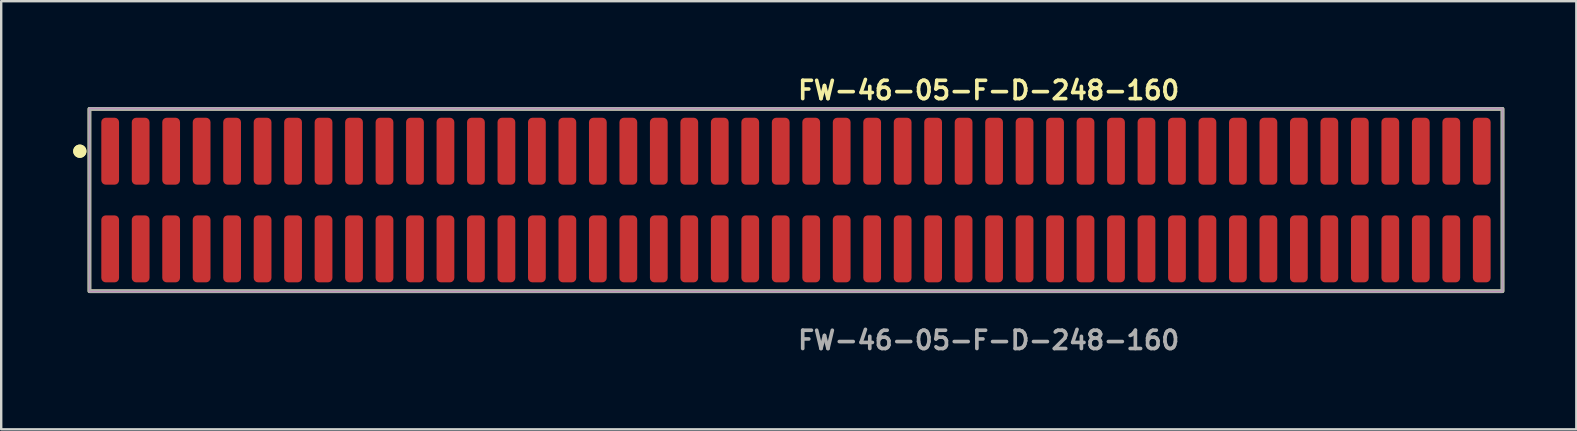
<source format=kicad_pcb>
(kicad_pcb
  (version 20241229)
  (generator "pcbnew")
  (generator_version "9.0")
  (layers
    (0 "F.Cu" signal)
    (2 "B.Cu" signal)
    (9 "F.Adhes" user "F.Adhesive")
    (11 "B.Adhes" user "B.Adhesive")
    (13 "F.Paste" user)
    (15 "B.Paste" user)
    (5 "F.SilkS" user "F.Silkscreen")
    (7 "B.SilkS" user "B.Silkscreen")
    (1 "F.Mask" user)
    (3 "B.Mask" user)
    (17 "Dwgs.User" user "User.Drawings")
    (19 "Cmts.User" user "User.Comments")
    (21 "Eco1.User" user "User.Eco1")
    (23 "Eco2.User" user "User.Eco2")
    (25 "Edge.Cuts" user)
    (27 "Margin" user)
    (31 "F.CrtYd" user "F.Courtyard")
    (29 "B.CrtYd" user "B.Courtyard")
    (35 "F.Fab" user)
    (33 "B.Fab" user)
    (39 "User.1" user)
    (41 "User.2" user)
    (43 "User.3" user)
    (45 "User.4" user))
  (footprint "FW-46-05-F-D-248-160"
    (layer "F.Cu")
    (at 30.116 5.285)
    (property "Reference" "FW-46-05-F-D-248-160" (at 0 -4.572 0) (unlocked yes) (layer "F.SilkS") (effects (font (size 0.762 0.762) (thickness 0.152)) (justify left)))
    (fp_rect (start -29.44 3.8) (end 29.44 -3.8) (stroke (width 0.152) (type solid)) (fill no) (layer "F.SilkS"))
    (fp_circle (center -29.84 -2.035) (end -30.04 -2.035) (stroke (width 0.152) (type solid)) (fill yes) (layer "F.SilkS"))
    (fp_circle (center -29.84 -2.035) (end -30.04 -2.035) (stroke (width 0.152) (type solid)) (fill yes) (layer "F.SilkS"))
    (fp_rect (start -29.44 3.8) (end 29.44 -3.8) (stroke (width 0.006) (type solid)) (fill no) (layer "F.CrtYd"))
    (fp_rect (start -29.44 3.8) (end 29.44 -3.8) (stroke (width 0.152) (type solid)) (fill no) (layer "F.Fab"))
    (fp_text user "${REFERENCE}" (at 0 5.842 0) (unlocked yes) (layer "F.Fab") (effects (font (size 0.762 0.762) (thickness 0.152)) (justify left)))
    (pad "1" smd roundrect (at -28.575 -2.035) (size 0.74 2.79) (layers "F.Cu" "F.Paste") (roundrect_rratio 0.25))
    (pad "2" smd roundrect (at -28.575 2.035) (size 0.74 2.79) (layers "F.Cu" "F.Paste") (roundrect_rratio 0.25))
    (pad "3" smd roundrect (at -27.305 -2.035) (size 0.74 2.79) (layers "F.Cu" "F.Paste") (roundrect_rratio 0.25))
    (pad "4" smd roundrect (at -27.305 2.035) (size 0.74 2.79) (layers "F.Cu" "F.Paste") (roundrect_rratio 0.25))
    (pad "5" smd roundrect (at -26.035 -2.035) (size 0.74 2.79) (layers "F.Cu" "F.Paste") (roundrect_rratio 0.25))
    (pad "6" smd roundrect (at -26.035 2.035) (size 0.74 2.79) (layers "F.Cu" "F.Paste") (roundrect_rratio 0.25))
    (pad "7" smd roundrect (at -24.765 -2.035) (size 0.74 2.79) (layers "F.Cu" "F.Paste") (roundrect_rratio 0.25))
    (pad "8" smd roundrect (at -24.765 2.035) (size 0.74 2.79) (layers "F.Cu" "F.Paste") (roundrect_rratio 0.25))
    (pad "9" smd roundrect (at -23.495 -2.035) (size 0.74 2.79) (layers "F.Cu" "F.Paste") (roundrect_rratio 0.25))
    (pad "10" smd roundrect (at -23.495 2.035) (size 0.74 2.79) (layers "F.Cu" "F.Paste") (roundrect_rratio 0.25))
    (pad "11" smd roundrect (at -22.225 -2.035) (size 0.74 2.79) (layers "F.Cu" "F.Paste") (roundrect_rratio 0.25))
    (pad "12" smd roundrect (at -22.225 2.035) (size 0.74 2.79) (layers "F.Cu" "F.Paste") (roundrect_rratio 0.25))
    (pad "13" smd roundrect (at -20.955 -2.035) (size 0.74 2.79) (layers "F.Cu" "F.Paste") (roundrect_rratio 0.25))
    (pad "14" smd roundrect (at -20.955 2.035) (size 0.74 2.79) (layers "F.Cu" "F.Paste") (roundrect_rratio 0.25))
    (pad "15" smd roundrect (at -19.685 -2.035) (size 0.74 2.79) (layers "F.Cu" "F.Paste") (roundrect_rratio 0.25))
    (pad "16" smd roundrect (at -19.685 2.035) (size 0.74 2.79) (layers "F.Cu" "F.Paste") (roundrect_rratio 0.25))
    (pad "17" smd roundrect (at -18.415 -2.035) (size 0.74 2.79) (layers "F.Cu" "F.Paste") (roundrect_rratio 0.25))
    (pad "18" smd roundrect (at -18.415 2.035) (size 0.74 2.79) (layers "F.Cu" "F.Paste") (roundrect_rratio 0.25))
    (pad "19" smd roundrect (at -17.145 -2.035) (size 0.74 2.79) (layers "F.Cu" "F.Paste") (roundrect_rratio 0.25))
    (pad "20" smd roundrect (at -17.145 2.035) (size 0.74 2.79) (layers "F.Cu" "F.Paste") (roundrect_rratio 0.25))
    (pad "21" smd roundrect (at -15.875 -2.035) (size 0.74 2.79) (layers "F.Cu" "F.Paste") (roundrect_rratio 0.25))
    (pad "22" smd roundrect (at -15.875 2.035) (size 0.74 2.79) (layers "F.Cu" "F.Paste") (roundrect_rratio 0.25))
    (pad "23" smd roundrect (at -14.605 -2.035) (size 0.74 2.79) (layers "F.Cu" "F.Paste") (roundrect_rratio 0.25))
    (pad "24" smd roundrect (at -14.605 2.035) (size 0.74 2.79) (layers "F.Cu" "F.Paste") (roundrect_rratio 0.25))
    (pad "25" smd roundrect (at -13.335 -2.035) (size 0.74 2.79) (layers "F.Cu" "F.Paste") (roundrect_rratio 0.25))
    (pad "26" smd roundrect (at -13.335 2.035) (size 0.74 2.79) (layers "F.Cu" "F.Paste") (roundrect_rratio 0.25))
    (pad "27" smd roundrect (at -12.065 -2.035) (size 0.74 2.79) (layers "F.Cu" "F.Paste") (roundrect_rratio 0.25))
    (pad "28" smd roundrect (at -12.065 2.035) (size 0.74 2.79) (layers "F.Cu" "F.Paste") (roundrect_rratio 0.25))
    (pad "29" smd roundrect (at -10.795 -2.035) (size 0.74 2.79) (layers "F.Cu" "F.Paste") (roundrect_rratio 0.25))
    (pad "30" smd roundrect (at -10.795 2.035) (size 0.74 2.79) (layers "F.Cu" "F.Paste") (roundrect_rratio 0.25))
    (pad "31" smd roundrect (at -9.525 -2.035) (size 0.74 2.79) (layers "F.Cu" "F.Paste") (roundrect_rratio 0.25))
    (pad "32" smd roundrect (at -9.525 2.035) (size 0.74 2.79) (layers "F.Cu" "F.Paste") (roundrect_rratio 0.25))
    (pad "33" smd roundrect (at -8.255 -2.035) (size 0.74 2.79) (layers "F.Cu" "F.Paste") (roundrect_rratio 0.25))
    (pad "34" smd roundrect (at -8.255 2.035) (size 0.74 2.79) (layers "F.Cu" "F.Paste") (roundrect_rratio 0.25))
    (pad "35" smd roundrect (at -6.985 -2.035) (size 0.74 2.79) (layers "F.Cu" "F.Paste") (roundrect_rratio 0.25))
    (pad "36" smd roundrect (at -6.985 2.035) (size 0.74 2.79) (layers "F.Cu" "F.Paste") (roundrect_rratio 0.25))
    (pad "37" smd roundrect (at -5.715 -2.035) (size 0.74 2.79) (layers "F.Cu" "F.Paste") (roundrect_rratio 0.25))
    (pad "38" smd roundrect (at -5.715 2.035) (size 0.74 2.79) (layers "F.Cu" "F.Paste") (roundrect_rratio 0.25))
    (pad "39" smd roundrect (at -4.445 -2.035) (size 0.74 2.79) (layers "F.Cu" "F.Paste") (roundrect_rratio 0.25))
    (pad "40" smd roundrect (at -4.445 2.035) (size 0.74 2.79) (layers "F.Cu" "F.Paste") (roundrect_rratio 0.25))
    (pad "41" smd roundrect (at -3.175 -2.035) (size 0.74 2.79) (layers "F.Cu" "F.Paste") (roundrect_rratio 0.25))
    (pad "42" smd roundrect (at -3.175 2.035) (size 0.74 2.79) (layers "F.Cu" "F.Paste") (roundrect_rratio 0.25))
    (pad "43" smd roundrect (at -1.905 -2.035) (size 0.74 2.79) (layers "F.Cu" "F.Paste") (roundrect_rratio 0.25))
    (pad "44" smd roundrect (at -1.905 2.035) (size 0.74 2.79) (layers "F.Cu" "F.Paste") (roundrect_rratio 0.25))
    (pad "45" smd roundrect (at -0.635 -2.035) (size 0.74 2.79) (layers "F.Cu" "F.Paste") (roundrect_rratio 0.25))
    (pad "46" smd roundrect (at -0.635 2.035) (size 0.74 2.79) (layers "F.Cu" "F.Paste") (roundrect_rratio 0.25))
    (pad "47" smd roundrect (at 0.635 -2.035) (size 0.74 2.79) (layers "F.Cu" "F.Paste") (roundrect_rratio 0.25))
    (pad "48" smd roundrect (at 0.635 2.035) (size 0.74 2.79) (layers "F.Cu" "F.Paste") (roundrect_rratio 0.25))
    (pad "49" smd roundrect (at 1.905 -2.035) (size 0.74 2.79) (layers "F.Cu" "F.Paste") (roundrect_rratio 0.25))
    (pad "50" smd roundrect (at 1.905 2.035) (size 0.74 2.79) (layers "F.Cu" "F.Paste") (roundrect_rratio 0.25))
    (pad "51" smd roundrect (at 3.175 -2.035) (size 0.74 2.79) (layers "F.Cu" "F.Paste") (roundrect_rratio 0.25))
    (pad "52" smd roundrect (at 3.175 2.035) (size 0.74 2.79) (layers "F.Cu" "F.Paste") (roundrect_rratio 0.25))
    (pad "53" smd roundrect (at 4.445 -2.035) (size 0.74 2.79) (layers "F.Cu" "F.Paste") (roundrect_rratio 0.25))
    (pad "54" smd roundrect (at 4.445 2.035) (size 0.74 2.79) (layers "F.Cu" "F.Paste") (roundrect_rratio 0.25))
    (pad "55" smd roundrect (at 5.715 -2.035) (size 0.74 2.79) (layers "F.Cu" "F.Paste") (roundrect_rratio 0.25))
    (pad "56" smd roundrect (at 5.715 2.035) (size 0.74 2.79) (layers "F.Cu" "F.Paste") (roundrect_rratio 0.25))
    (pad "57" smd roundrect (at 6.985 -2.035) (size 0.74 2.79) (layers "F.Cu" "F.Paste") (roundrect_rratio 0.25))
    (pad "58" smd roundrect (at 6.985 2.035) (size 0.74 2.79) (layers "F.Cu" "F.Paste") (roundrect_rratio 0.25))
    (pad "59" smd roundrect (at 8.255 -2.035) (size 0.74 2.79) (layers "F.Cu" "F.Paste") (roundrect_rratio 0.25))
    (pad "60" smd roundrect (at 8.255 2.035) (size 0.74 2.79) (layers "F.Cu" "F.Paste") (roundrect_rratio 0.25))
    (pad "61" smd roundrect (at 9.525 -2.035) (size 0.74 2.79) (layers "F.Cu" "F.Paste") (roundrect_rratio 0.25))
    (pad "62" smd roundrect (at 9.525 2.035) (size 0.74 2.79) (layers "F.Cu" "F.Paste") (roundrect_rratio 0.25))
    (pad "63" smd roundrect (at 10.795 -2.035) (size 0.74 2.79) (layers "F.Cu" "F.Paste") (roundrect_rratio 0.25))
    (pad "64" smd roundrect (at 10.795 2.035) (size 0.74 2.79) (layers "F.Cu" "F.Paste") (roundrect_rratio 0.25))
    (pad "65" smd roundrect (at 12.065 -2.035) (size 0.74 2.79) (layers "F.Cu" "F.Paste") (roundrect_rratio 0.25))
    (pad "66" smd roundrect (at 12.065 2.035) (size 0.74 2.79) (layers "F.Cu" "F.Paste") (roundrect_rratio 0.25))
    (pad "67" smd roundrect (at 13.335 -2.035) (size 0.74 2.79) (layers "F.Cu" "F.Paste") (roundrect_rratio 0.25))
    (pad "68" smd roundrect (at 13.335 2.035) (size 0.74 2.79) (layers "F.Cu" "F.Paste") (roundrect_rratio 0.25))
    (pad "69" smd roundrect (at 14.605 -2.035) (size 0.74 2.79) (layers "F.Cu" "F.Paste") (roundrect_rratio 0.25))
    (pad "70" smd roundrect (at 14.605 2.035) (size 0.74 2.79) (layers "F.Cu" "F.Paste") (roundrect_rratio 0.25))
    (pad "71" smd roundrect (at 15.875 -2.035) (size 0.74 2.79) (layers "F.Cu" "F.Paste") (roundrect_rratio 0.25))
    (pad "72" smd roundrect (at 15.875 2.035) (size 0.74 2.79) (layers "F.Cu" "F.Paste") (roundrect_rratio 0.25))
    (pad "73" smd roundrect (at 17.145 -2.035) (size 0.74 2.79) (layers "F.Cu" "F.Paste") (roundrect_rratio 0.25))
    (pad "74" smd roundrect (at 17.145 2.035) (size 0.74 2.79) (layers "F.Cu" "F.Paste") (roundrect_rratio 0.25))
    (pad "75" smd roundrect (at 18.415 -2.035) (size 0.74 2.79) (layers "F.Cu" "F.Paste") (roundrect_rratio 0.25))
    (pad "76" smd roundrect (at 18.415 2.035) (size 0.74 2.79) (layers "F.Cu" "F.Paste") (roundrect_rratio 0.25))
    (pad "77" smd roundrect (at 19.685 -2.035) (size 0.74 2.79) (layers "F.Cu" "F.Paste") (roundrect_rratio 0.25))
    (pad "78" smd roundrect (at 19.685 2.035) (size 0.74 2.79) (layers "F.Cu" "F.Paste") (roundrect_rratio 0.25))
    (pad "79" smd roundrect (at 20.955 -2.035) (size 0.74 2.79) (layers "F.Cu" "F.Paste") (roundrect_rratio 0.25))
    (pad "80" smd roundrect (at 20.955 2.035) (size 0.74 2.79) (layers "F.Cu" "F.Paste") (roundrect_rratio 0.25))
    (pad "81" smd roundrect (at 22.225 -2.035) (size 0.74 2.79) (layers "F.Cu" "F.Paste") (roundrect_rratio 0.25))
    (pad "82" smd roundrect (at 22.225 2.035) (size 0.74 2.79) (layers "F.Cu" "F.Paste") (roundrect_rratio 0.25))
    (pad "83" smd roundrect (at 23.495 -2.035) (size 0.74 2.79) (layers "F.Cu" "F.Paste") (roundrect_rratio 0.25))
    (pad "84" smd roundrect (at 23.495 2.035) (size 0.74 2.79) (layers "F.Cu" "F.Paste") (roundrect_rratio 0.25))
    (pad "85" smd roundrect (at 24.765 -2.035) (size 0.74 2.79) (layers "F.Cu" "F.Paste") (roundrect_rratio 0.25))
    (pad "86" smd roundrect (at 24.765 2.035) (size 0.74 2.79) (layers "F.Cu" "F.Paste") (roundrect_rratio 0.25))
    (pad "87" smd roundrect (at 26.035 -2.035) (size 0.74 2.79) (layers "F.Cu" "F.Paste") (roundrect_rratio 0.25))
    (pad "88" smd roundrect (at 26.035 2.035) (size 0.74 2.79) (layers "F.Cu" "F.Paste") (roundrect_rratio 0.25))
    (pad "89" smd roundrect (at 27.305 -2.035) (size 0.74 2.79) (layers "F.Cu" "F.Paste") (roundrect_rratio 0.25))
    (pad "90" smd roundrect (at 27.305 2.035) (size 0.74 2.79) (layers "F.Cu" "F.Paste") (roundrect_rratio 0.25))
    (pad "91" smd roundrect (at 28.575 -2.035) (size 0.74 2.79) (layers "F.Cu" "F.Paste") (roundrect_rratio 0.25))
    (pad "92" smd roundrect (at 28.575 2.035) (size 0.74 2.79) (layers "F.Cu" "F.Paste") (roundrect_rratio 0.25)))
  (gr_rect
    (start -3 -3)
    (end 62.632 14.84)
    (stroke (width 0.1) (type default))
    (fill no)
    (layer "Edge.Cuts")))
</source>
